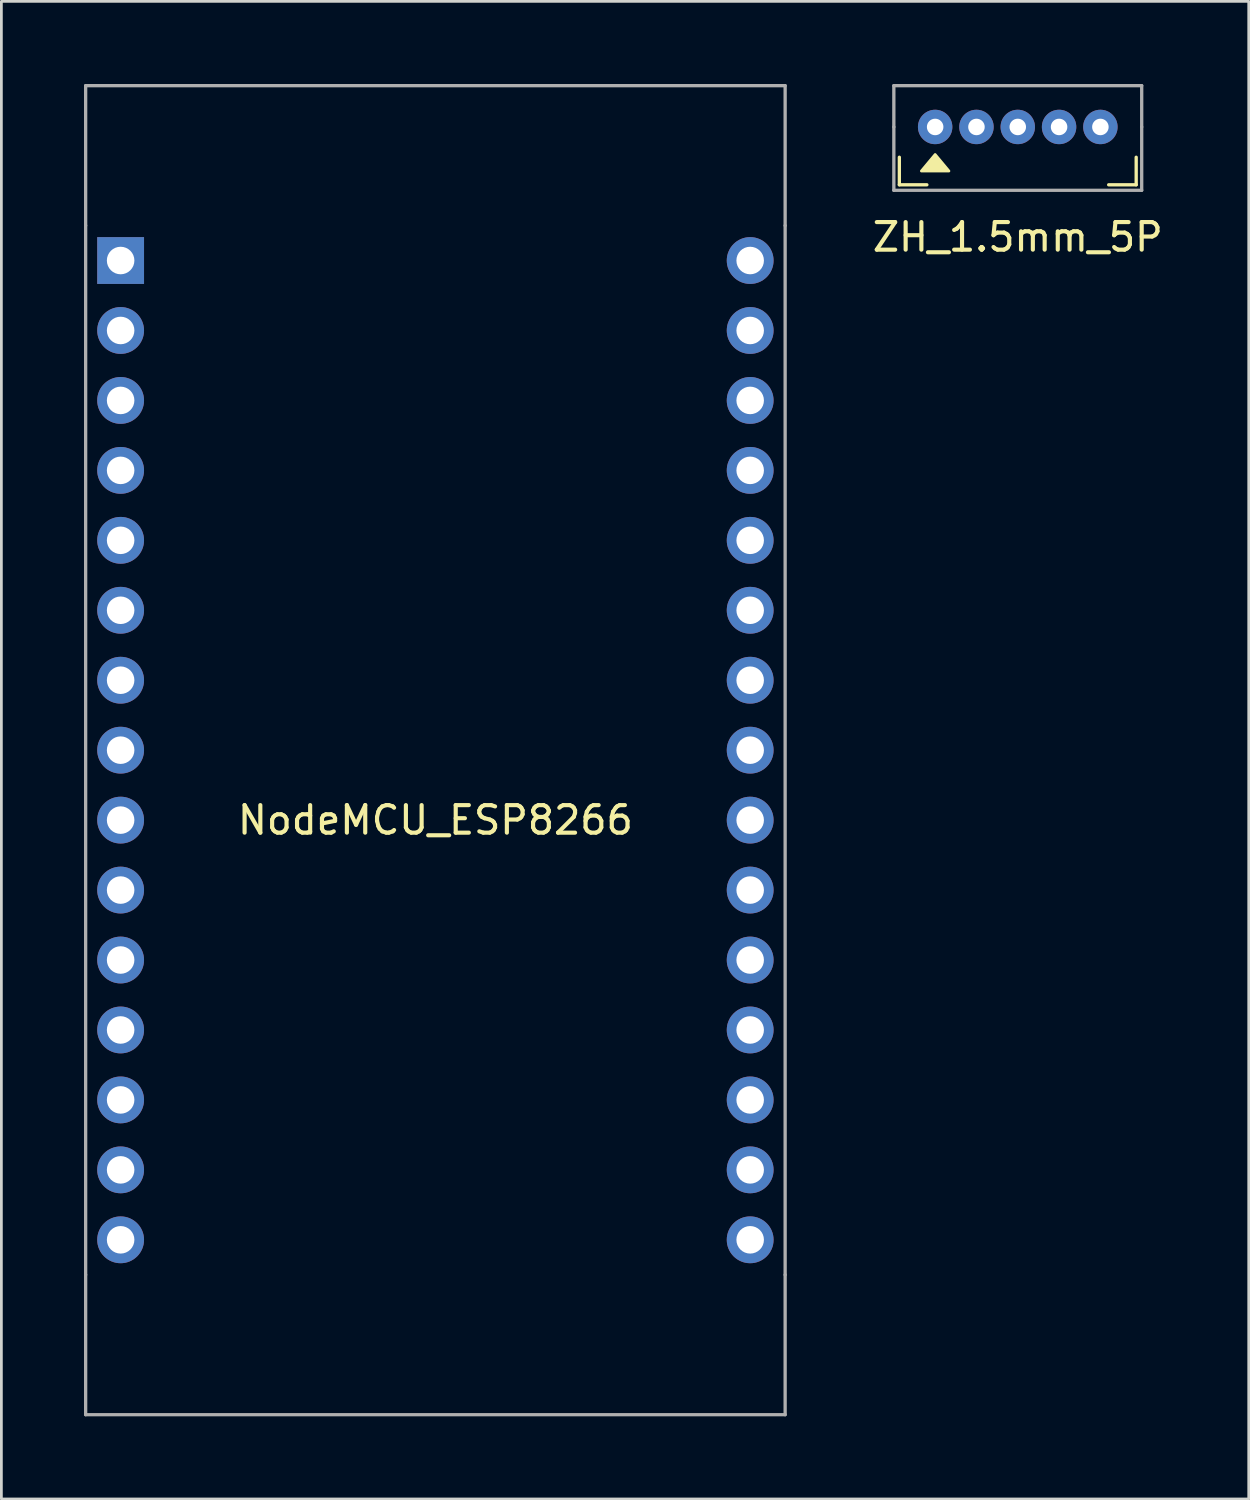
<source format=kicad_pcb>
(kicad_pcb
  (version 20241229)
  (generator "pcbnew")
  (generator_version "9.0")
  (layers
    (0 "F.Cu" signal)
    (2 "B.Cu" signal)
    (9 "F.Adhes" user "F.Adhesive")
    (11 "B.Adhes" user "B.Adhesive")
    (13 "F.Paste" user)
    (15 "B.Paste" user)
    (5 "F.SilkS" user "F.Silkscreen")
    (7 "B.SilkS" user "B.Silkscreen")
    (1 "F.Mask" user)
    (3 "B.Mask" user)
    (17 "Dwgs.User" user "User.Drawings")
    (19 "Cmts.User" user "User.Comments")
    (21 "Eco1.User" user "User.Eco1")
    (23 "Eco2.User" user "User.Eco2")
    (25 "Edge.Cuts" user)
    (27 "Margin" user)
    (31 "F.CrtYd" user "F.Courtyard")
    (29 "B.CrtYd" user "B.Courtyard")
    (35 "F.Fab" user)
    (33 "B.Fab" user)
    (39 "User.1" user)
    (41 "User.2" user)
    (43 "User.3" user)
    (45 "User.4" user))
  (footprint "NodeMCU_ESP8266"
    (layer "F.Cu")
    (at 12.76 24.19)
    (property "Reference" "NodeMCU_ESP8266" (at 0 2.54 0) (layer "F.SilkS") (effects (font (size 1 1) (thickness 0.15))))
    (attr through_hole)
    (fp_line (start -12.7 -24.13) (end -12.7 -19.05) (stroke (width 0.12) (type solid)) (layer "F.Fab"))
    (fp_line (start -12.7 -24.13) (end 12.7 -24.13) (stroke (width 0.12) (type solid)) (layer "F.Fab"))
    (fp_line (start -12.7 -19.05) (end -12.7 19.05) (stroke (width 0.12) (type solid)) (layer "F.Fab"))
    (fp_line (start -12.7 19.05) (end -12.7 24.13) (stroke (width 0.12) (type solid)) (layer "F.Fab"))
    (fp_line (start -12.7 24.13) (end 12.7 24.13) (stroke (width 0.12) (type solid)) (layer "F.Fab"))
    (fp_line (start 12.7 -24.13) (end 12.7 -19.05) (stroke (width 0.12) (type solid)) (layer "F.Fab"))
    (fp_line (start 12.7 -19.05) (end 12.7 19.05) (stroke (width 0.12) (type solid)) (layer "F.Fab"))
    (fp_line (start 12.7 24.13) (end 12.7 19.05) (stroke (width 0.12) (type solid)) (layer "F.Fab"))
    (pad "1" thru_hole rect (at -11.43 -17.78) (size 1.7 1.7) (drill 1) (layers "*.Cu" "*.Mask"))
    (pad "2" thru_hole circle (at -11.43 -15.24) (size 1.7 1.7) (drill 1) (layers "*.Cu" "*.Mask"))
    (pad "3" thru_hole circle (at -11.43 -12.7) (size 1.7 1.7) (drill 1) (layers "*.Cu" "*.Mask"))
    (pad "4" thru_hole circle (at -11.43 -10.16) (size 1.7 1.7) (drill 1) (layers "*.Cu" "*.Mask"))
    (pad "5" thru_hole circle (at -11.43 -7.62) (size 1.7 1.7) (drill 1) (layers "*.Cu" "*.Mask"))
    (pad "6" thru_hole circle (at -11.43 -5.08) (size 1.7 1.7) (drill 1) (layers "*.Cu" "*.Mask"))
    (pad "7" thru_hole circle (at -11.43 -2.54) (size 1.7 1.7) (drill 1) (layers "*.Cu" "*.Mask"))
    (pad "8" thru_hole circle (at -11.43 0) (size 1.7 1.7) (drill 1) (layers "*.Cu" "*.Mask"))
    (pad "9" thru_hole circle (at -11.43 2.54) (size 1.7 1.7) (drill 1) (layers "*.Cu" "*.Mask"))
    (pad "10" thru_hole circle (at -11.43 5.08) (size 1.7 1.7) (drill 1) (layers "*.Cu" "*.Mask"))
    (pad "11" thru_hole circle (at -11.43 7.62) (size 1.7 1.7) (drill 1) (layers "*.Cu" "*.Mask"))
    (pad "12" thru_hole circle (at -11.43 10.16) (size 1.7 1.7) (drill 1) (layers "*.Cu" "*.Mask"))
    (pad "13" thru_hole circle (at -11.43 12.7) (size 1.7 1.7) (drill 1) (layers "*.Cu" "*.Mask"))
    (pad "14" thru_hole circle (at -11.43 15.24) (size 1.7 1.7) (drill 1) (layers "*.Cu" "*.Mask"))
    (pad "15" thru_hole circle (at -11.43 17.78) (size 1.7 1.7) (drill 1) (layers "*.Cu" "*.Mask"))
    (pad "16" thru_hole circle (at 11.43 -17.78) (size 1.7 1.7) (drill 1) (layers "*.Cu" "*.Mask"))
    (pad "17" thru_hole circle (at 11.43 -15.24) (size 1.7 1.7) (drill 1) (layers "*.Cu" "*.Mask"))
    (pad "18" thru_hole circle (at 11.43 -12.7) (size 1.7 1.7) (drill 1) (layers "*.Cu" "*.Mask"))
    (pad "19" thru_hole circle (at 11.43 -10.16) (size 1.7 1.7) (drill 1) (layers "*.Cu" "*.Mask"))
    (pad "20" thru_hole circle (at 11.43 -7.62) (size 1.7 1.7) (drill 1) (layers "*.Cu" "*.Mask"))
    (pad "21" thru_hole circle (at 11.43 -5.08) (size 1.7 1.7) (drill 1) (layers "*.Cu" "*.Mask"))
    (pad "22" thru_hole circle (at 11.43 -2.54) (size 1.7 1.7) (drill 1) (layers "*.Cu" "*.Mask"))
    (pad "23" thru_hole circle (at 11.43 0) (size 1.7 1.7) (drill 1) (layers "*.Cu" "*.Mask"))
    (pad "24" thru_hole circle (at 11.43 2.54) (size 1.7 1.7) (drill 1) (layers "*.Cu" "*.Mask"))
    (pad "25" thru_hole circle (at 11.43 5.08) (size 1.7 1.7) (drill 1) (layers "*.Cu" "*.Mask"))
    (pad "26" thru_hole circle (at 11.43 7.62) (size 1.7 1.7) (drill 1) (layers "*.Cu" "*.Mask"))
    (pad "27" thru_hole circle (at 11.43 10.16) (size 1.7 1.7) (drill 1) (layers "*.Cu" "*.Mask"))
    (pad "28" thru_hole circle (at 11.43 12.7) (size 1.7 1.7) (drill 1) (layers "*.Cu" "*.Mask"))
    (pad "29" thru_hole circle (at 11.43 15.24) (size 1.7 1.7) (drill 1) (layers "*.Cu" "*.Mask"))
    (pad "30" thru_hole circle (at 11.43 17.78) (size 1.7 1.7) (drill 1) (layers "*.Cu" "*.Mask")))
  (footprint "ZH_1.5mm_5P"
    (layer "F.Cu")
    (at 33.907 1.56)
    (property "Reference" "ZH_1.5mm_5P" (at 0 4 0) (layer "F.SilkS") (effects (font (size 1 1) (thickness 0.15))))
    (attr through_hole)
    (fp_line (start -4.3 2.1) (end -4.3 1.1) (stroke (width 0.12) (type solid)) (layer "F.SilkS"))
    (fp_line (start -4.3 2.1) (end -3.3 2.1) (stroke (width 0.12) (type solid)) (layer "F.SilkS"))
    (fp_line (start 4.3 2.1) (end 3.3 2.1) (stroke (width 0.12) (type solid)) (layer "F.SilkS"))
    (fp_line (start 4.3 2.1) (end 4.3 1.1) (stroke (width 0.12) (type solid)) (layer "F.SilkS"))
    (fp_poly (pts (xy -2.5 1.6) (xy -3.5 1.6) (xy -3 1)) (stroke (width 0.1) (type solid)) (fill yes) (layer "F.SilkS"))
    (fp_line (start -4.5 -1.5) (end -4.5 0) (stroke (width 0.12) (type solid)) (layer "F.Fab"))
    (fp_line (start -4.5 -1.5) (end 4.5 -1.5) (stroke (width 0.12) (type solid)) (layer "F.Fab"))
    (fp_line (start -4.5 0) (end -4.5 2.3) (stroke (width 0.12) (type solid)) (layer "F.Fab"))
    (fp_line (start -4.5 2.3) (end 4.5 2.3) (stroke (width 0.12) (type solid)) (layer "F.Fab"))
    (fp_line (start 4.5 -1.5) (end 4.5 0) (stroke (width 0.12) (type solid)) (layer "F.Fab"))
    (fp_line (start 4.5 2.3) (end 4.5 0) (stroke (width 0.12) (type solid)) (layer "F.Fab"))
    (pad "1" thru_hole circle (at -3 0) (size 1.25 1.25) (drill 0.6) (layers "*.Cu" "*.Mask"))
    (pad "2" thru_hole circle (at -1.5 0) (size 1.25 1.25) (drill 0.6) (layers "*.Cu" "*.Mask"))
    (pad "3" thru_hole circle (at 0 0) (size 1.25 1.25) (drill 0.6) (layers "*.Cu" "*.Mask"))
    (pad "4" thru_hole circle (at 1.5 0) (size 1.25 1.25) (drill 0.6) (layers "*.Cu" "*.Mask"))
    (pad "5" thru_hole circle (at 3 0) (size 1.25 1.25) (drill 0.6) (layers "*.Cu" "*.Mask")))
  (gr_rect
    (start -3 -3)
    (end 42.294 51.38)
    (stroke (width 0.1) (type default))
    (fill no)
    (layer "Edge.Cuts")))
</source>
